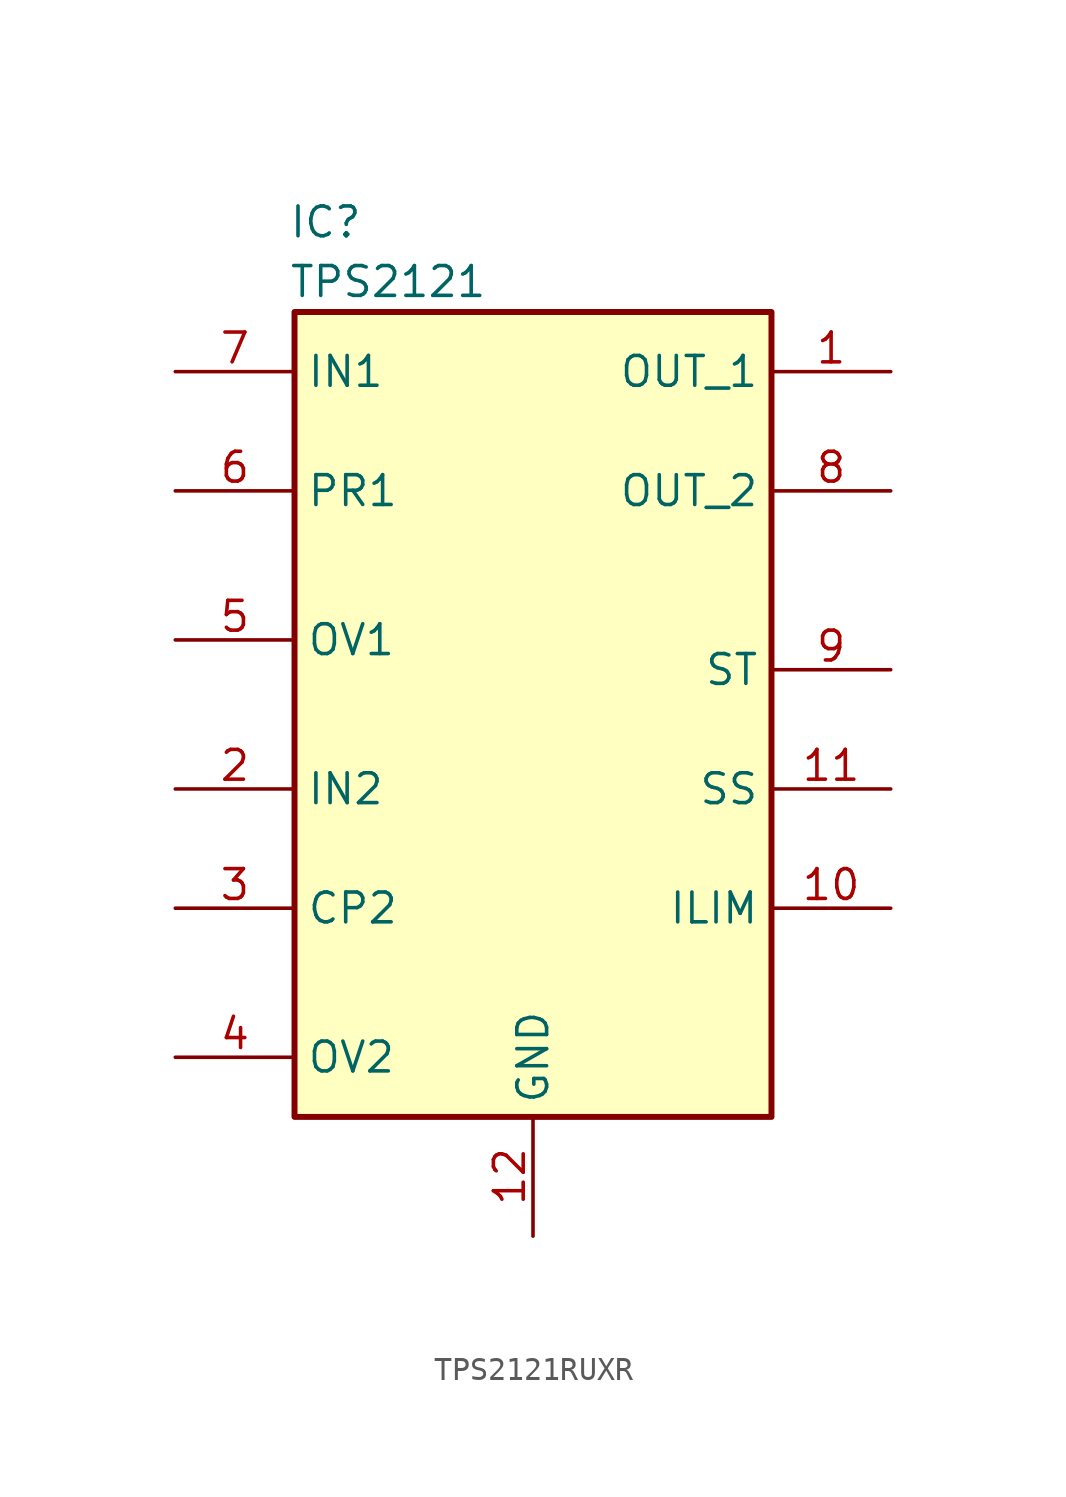
<source format=kicad_sym>
(kicad_symbol_lib
  (version 20231120)
  (generator "kicad_symbol_editor")
  (generator_version "8.0")
  (symbol "TPS2121RUXR"
    (property "Reference" "IC"
      (at 4.826 7.112 0)
      (effects (font (size 1.27 1.27)) (justify left top)))
    (property "Value" "TPS2121"
      (at 4.826 4.572 0)
      (effects (font (size 1.27 1.27)) (justify left top)))
    (symbol "TPS2121RUXR_1_1"
      (rectangle (start 5.08 2.54) (end 25.4 -31.75) (stroke (width 0.254) (type default)) (fill (type background)))
      (pin passive line (at 30.48 0 180) (length 5.08) (name "OUT_1" (effects (font (size 1.27 1.27)))) (number "1" (effects (font (size 1.27 1.27)))))
      (pin passive line (at 30.48 -22.86 180) (length 5.08) (name "ILIM" (effects (font (size 1.27 1.27)))) (number "10" (effects (font (size 1.27 1.27)))))
      (pin passive line (at 30.48 -17.78 180) (length 5.08) (name "SS" (effects (font (size 1.27 1.27)))) (number "11" (effects (font (size 1.27 1.27)))))
      (pin passive line (at 15.24 -36.83 90) (length 5.08) (name "GND" (effects (font (size 1.27 1.27)))) (number "12" (effects (font (size 1.27 1.27)))))
      (pin passive line (at 0 -17.78 0) (length 5.08) (name "IN2" (effects (font (size 1.27 1.27)))) (number "2" (effects (font (size 1.27 1.27)))))
      (pin passive line (at 0 -22.86 0) (length 5.08) (name "CP2" (effects (font (size 1.27 1.27)))) (number "3" (effects (font (size 1.27 1.27)))))
      (pin passive line (at 0 -29.21 0) (length 5.08) (name "OV2" (effects (font (size 1.27 1.27)))) (number "4" (effects (font (size 1.27 1.27)))))
      (pin passive line (at 0 -11.43 0) (length 5.08) (name "OV1" (effects (font (size 1.27 1.27)))) (number "5" (effects (font (size 1.27 1.27)))))
      (pin passive line (at 0 -5.08 0) (length 5.08) (name "PR1" (effects (font (size 1.27 1.27)))) (number "6" (effects (font (size 1.27 1.27)))))
      (pin passive line (at 0 0 0) (length 5.08) (name "IN1" (effects (font (size 1.27 1.27)))) (number "7" (effects (font (size 1.27 1.27)))))
      (pin passive line (at 30.48 -5.08 180) (length 5.08) (name "OUT_2" (effects (font (size 1.27 1.27)))) (number "8" (effects (font (size 1.27 1.27)))))
      (pin passive line (at 30.48 -12.7 180) (length 5.08) (name "ST" (effects (font (size 1.27 1.27)))) (number "9" (effects (font (size 1.27 1.27))))))))
</source>
